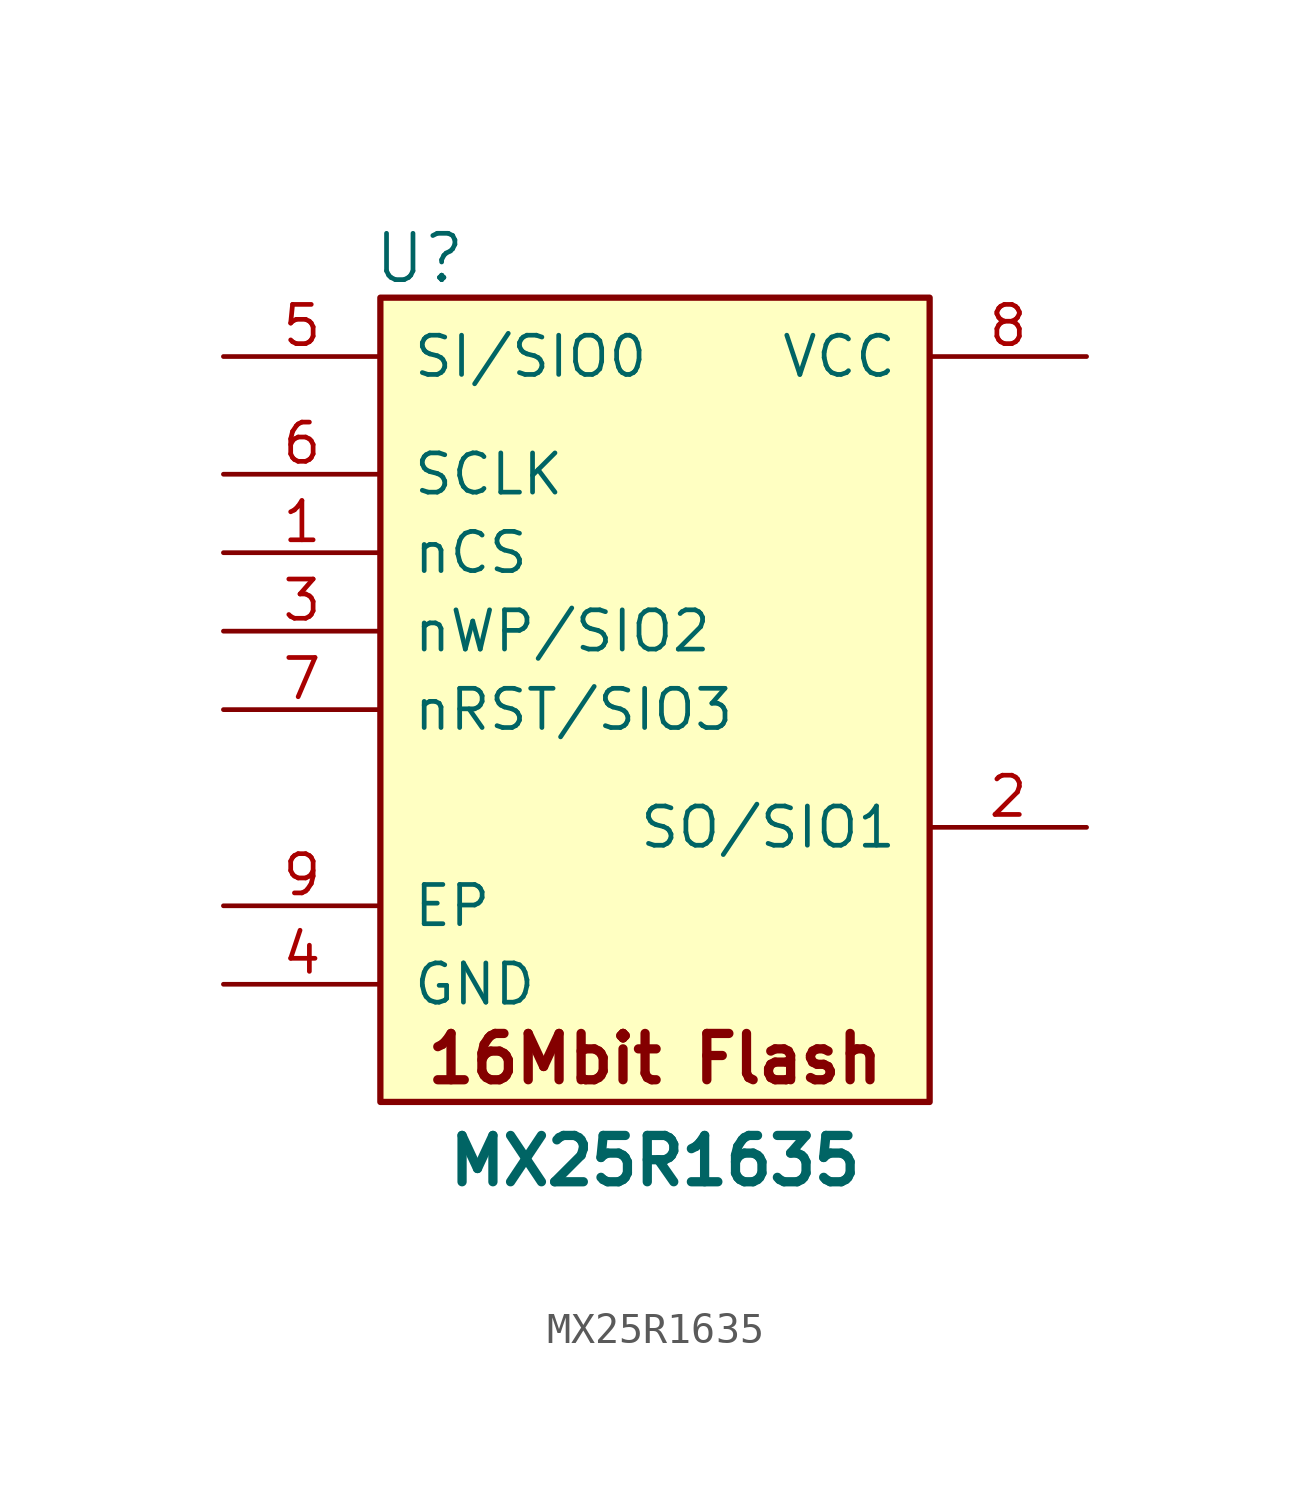
<source format=kicad_sym>
(kicad_symbol_lib
  (version 20211014)
  (generator kicad_symbol_editor)
  (symbol "MX25R1635"
    (pin_names
      (offset 1.016))
    (property "Reference" "U"
      (at 1.27 3.175 0)
      (effects (font (size 1.499 1.499))))
    (property "Value" "MX25R1635"
      (at 8.89 -26.035 0)
      (effects (font (size 1.499 1.499) bold)))
    (symbol "MX25R1635_0_0"
      (text "16Mbit Flash" (at 8.89 -22.733 0) (effects (font (size 1.499 1.499) bold))))
    (symbol "MX25R1635_0_1"
      (rectangle (start 0 1.905) (end 17.78 -24.13) (stroke (width 0.203) (type default) (color 0 0 0 0)) (fill (type background))))
    (symbol "MX25R1635_1_1"
      (pin input line (at -5.08 -6.35 0) (length 5.08) (name "nCS" (effects (font (size 1.27 1.27)))) (number "1" (effects (font (size 1.27 1.27)))))
      (pin output line (at 22.86 -15.24 180) (length 5.08) (name "SO/SIO1" (effects (font (size 1.27 1.27)))) (number "2" (effects (font (size 1.27 1.27)))))
      (pin input line (at -5.08 -8.89 0) (length 5.08) (name "nWP/SIO2" (effects (font (size 1.27 1.27)))) (number "3" (effects (font (size 1.27 1.27)))))
      (pin power_in line (at -5.08 -20.32 0) (length 5.08) (name "GND" (effects (font (size 1.27 1.27)))) (number "4" (effects (font (size 1.27 1.27)))))
      (pin input line (at -5.08 0 0) (length 5.08) (name "SI/SIO0" (effects (font (size 1.27 1.27)))) (number "5" (effects (font (size 1.27 1.27)))))
      (pin input line (at -5.08 -3.81 0) (length 5.08) (name "SCLK" (effects (font (size 1.27 1.27)))) (number "6" (effects (font (size 1.27 1.27)))))
      (pin input line (at -5.08 -11.43 0) (length 5.08) (name "nRST/SIO3" (effects (font (size 1.27 1.27)))) (number "7" (effects (font (size 1.27 1.27)))))
      (pin power_in line (at 22.86 0 180) (length 5.08) (name "VCC" (effects (font (size 1.27 1.27)))) (number "8" (effects (font (size 1.27 1.27)))))
      (pin power_in line (at -5.08 -17.78 0) (length 5.08) (name "EP" (effects (font (size 1.27 1.27)))) (number "9" (effects (font (size 1.27 1.27))))))))
</source>
